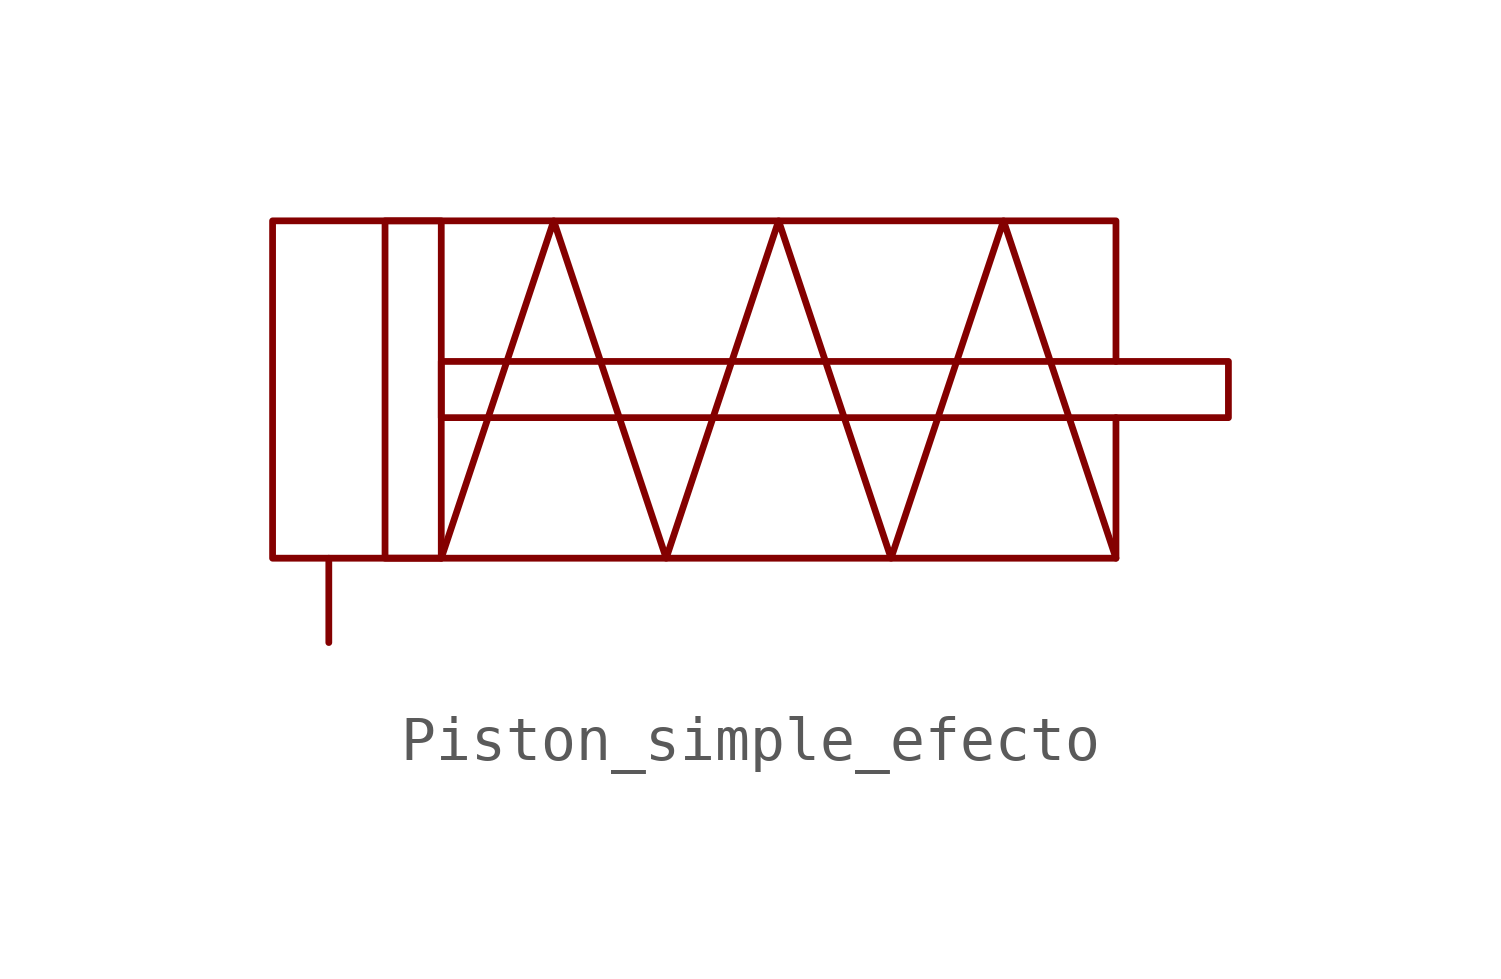
<source format=kicad_sym>
(kicad_symbol_lib
  (version 20211014)
  (generator kicad_symbol_editor)
  (symbol "Piston_simple_efecto"
    (pin_names
      (offset 1.016))
    (property "Reference" "V"
      (at 6.985 -1.27 0)
      (effects (font (size 2.54 2.54)) (justify left) hide))
    (symbol "Piston_simple_efecto_0_1"
      (polyline (pts (xy 17.78 6.35) (xy 17.78 9.525) (xy -1.27 9.525) (xy -1.27 1.905) (xy 17.78 1.905) (xy 17.78 5.08)) (stroke (width 0) (type default) (color 0 0 0 0)) (fill (type none)))
      (polyline (pts (xy 2.54 1.905) (xy 5.08 9.525) (xy 7.62 1.905) (xy 10.16 9.525) (xy 12.7 1.905) (xy 15.24 9.525) (xy 17.78 1.905)) (stroke (width 0) (type default) (color 0 0 0 0)) (fill (type none)))
      (rectangle (start 1.27 9.525) (end 2.54 1.905) (stroke (width 0) (type default) (color 0 0 0 0)) (fill (type none)))
      (rectangle (start 20.32 6.35) (end 2.54 5.08) (stroke (width 0) (type default) (color 0 0 0 0)) (fill (type none))))
    (symbol "Piston_simple_efecto_1_1"
      (pin bidirectional line (at 0 0 90) (length 1.905) (name "" (effects (font (size 1.27 1.27)))) (number "" (effects (font (size 1.27 1.27))))))))
</source>
